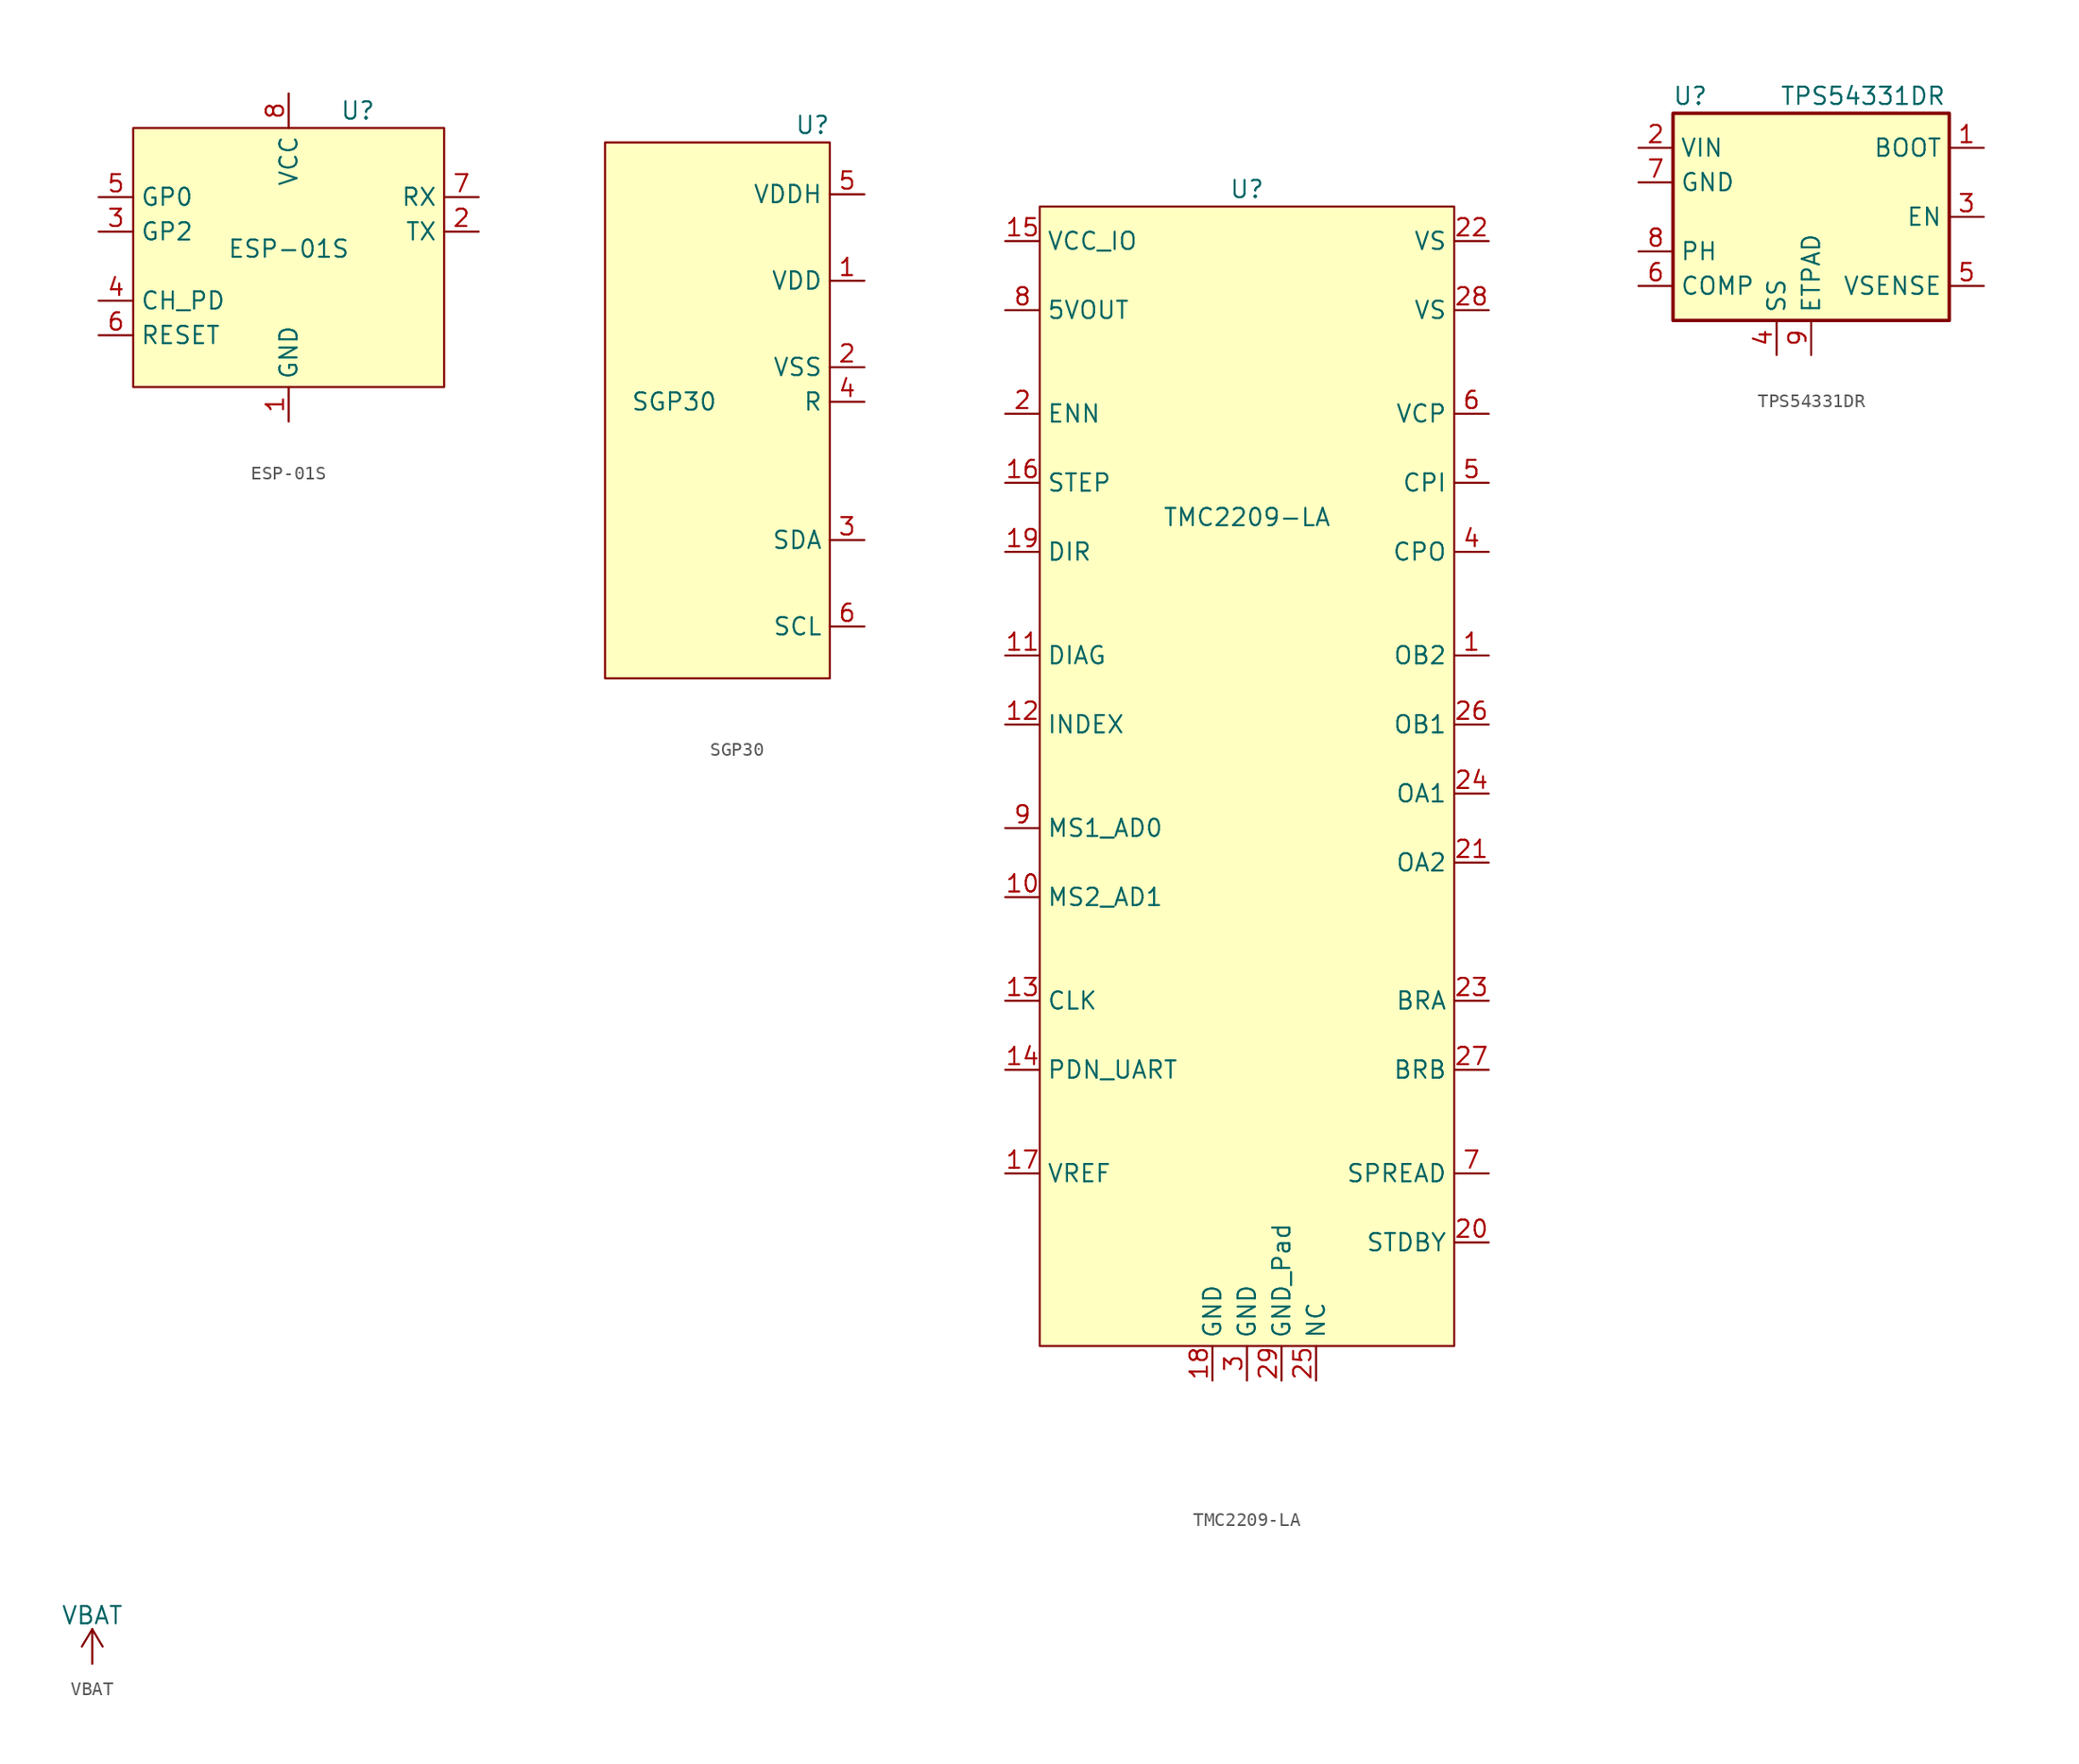
<source format=kicad_sym>
(kicad_symbol_lib
  (version 20211014)
  (generator kicad_symbol_editor)
  (symbol "ESP-01S"
    (property "Reference" "U"
      (at 5.08 1.27 0)
      (effects (font (size 1.27 1.27))))
    (property "Value" "ESP-01S"
      (at 0 -8.89 0)
      (effects (font (size 1.27 1.27))))
    (symbol "ESP-01S_0_1"
      (rectangle (start -11.43 0) (end 11.43 -19.05) (stroke (width 0.152) (type default) (color 0 0 0 0)) (fill (type background))))
    (symbol "ESP-01S_1_1"
      (pin power_out line (at 0 -21.59 90) (length 2.54) (name "GND" (effects (font (size 1.27 1.27)))) (number "1" (effects (font (size 1.27 1.27)))))
      (pin input line (at 13.97 -7.62 180) (length 2.54) (name "TX" (effects (font (size 1.27 1.27)))) (number "2" (effects (font (size 1.27 1.27)))))
      (pin input line (at -13.97 -7.62 0) (length 2.54) (name "GP2" (effects (font (size 1.27 1.27)))) (number "3" (effects (font (size 1.27 1.27)))))
      (pin input line (at -13.97 -12.7 0) (length 2.54) (name "CH_PD" (effects (font (size 1.27 1.27)))) (number "4" (effects (font (size 1.27 1.27)))))
      (pin input line (at -13.97 -5.08 0) (length 2.54) (name "GP0" (effects (font (size 1.27 1.27)))) (number "5" (effects (font (size 1.27 1.27)))))
      (pin input line (at -13.97 -15.24 0) (length 2.54) (name "RESET" (effects (font (size 1.27 1.27)))) (number "6" (effects (font (size 1.27 1.27)))))
      (pin output line (at 13.97 -5.08 180) (length 2.54) (name "RX" (effects (font (size 1.27 1.27)))) (number "7" (effects (font (size 1.27 1.27)))))
      (pin power_in line (at 0 2.54 270) (length 2.54) (name "VCC" (effects (font (size 1.27 1.27)))) (number "8" (effects (font (size 1.27 1.27)))))))
  (symbol "SGP30"
    (property "Reference" "U"
      (at 5.08 1.27 0)
      (effects (font (size 1.27 1.27))))
    (property "Value" "SGP30"
      (at -5.08 -19.05 0)
      (effects (font (size 1.27 1.27))))
    (symbol "SGP30_0_1"
      (rectangle (start 6.35 0) (end -10.16 -39.37) (stroke (width 0.152) (type default) (color 0 0 0 0)) (fill (type background))))
    (symbol "SGP30_1_1"
      (pin power_in line (at 8.89 -10.16 180) (length 2.54) (name "VDD" (effects (font (size 1.27 1.27)))) (number "1" (effects (font (size 1.27 1.27)))))
      (pin power_out line (at 8.89 -16.51 180) (length 2.54) (name "VSS" (effects (font (size 1.27 1.27)))) (number "2" (effects (font (size 1.27 1.27)))))
      (pin bidirectional line (at 8.89 -29.21 180) (length 2.54) (name "SDA" (effects (font (size 1.27 1.27)))) (number "3" (effects (font (size 1.27 1.27)))))
      (pin bidirectional line (at 8.89 -19.05 180) (length 2.54) (name "R" (effects (font (size 1.27 1.27)))) (number "4" (effects (font (size 1.27 1.27)))))
      (pin power_in line (at 8.89 -3.81 180) (length 2.54) (name "VDDH" (effects (font (size 1.27 1.27)))) (number "5" (effects (font (size 1.27 1.27)))))
      (pin bidirectional line (at 8.89 -35.56 180) (length 2.54) (name "SCL" (effects (font (size 1.27 1.27)))) (number "6" (effects (font (size 1.27 1.27)))))))
  (symbol "TMC2209-LA"
    (property "Reference" "U"
      (at 0 11.43 0)
      (effects (font (size 1.27 1.27))))
    (property "Value" "TMC2209-LA"
      (at 0 -12.7 0)
      (effects (font (size 1.27 1.27))))
    (symbol "TMC2209-LA_0_1"
      (rectangle (start -15.24 10.16) (end 15.24 -73.66) (stroke (width 0.152) (type default) (color 0 0 0 0)) (fill (type background))))
    (symbol "TMC2209-LA_1_1"
      (pin output line (at 17.78 -22.86 180) (length 2.54) (name "OB2" (effects (font (size 1.27 1.27)))) (number "1" (effects (font (size 1.27 1.27)))))
      (pin input line (at -17.78 -40.64 0) (length 2.54) (name "MS2_AD1" (effects (font (size 1.27 1.27)))) (number "10" (effects (font (size 1.27 1.27)))))
      (pin output line (at -17.78 -22.86 0) (length 2.54) (name "DIAG" (effects (font (size 1.27 1.27)))) (number "11" (effects (font (size 1.27 1.27)))))
      (pin output line (at -17.78 -27.94 0) (length 2.54) (name "INDEX" (effects (font (size 1.27 1.27)))) (number "12" (effects (font (size 1.27 1.27)))))
      (pin input line (at -17.78 -48.26 0) (length 2.54) (name "CLK" (effects (font (size 1.27 1.27)))) (number "13" (effects (font (size 1.27 1.27)))))
      (pin bidirectional line (at -17.78 -53.34 0) (length 2.54) (name "PDN_UART" (effects (font (size 1.27 1.27)))) (number "14" (effects (font (size 1.27 1.27)))))
      (pin power_in line (at -17.78 7.62 0) (length 2.54) (name "VCC_IO" (effects (font (size 1.27 1.27)))) (number "15" (effects (font (size 1.27 1.27)))))
      (pin input line (at -17.78 -10.16 0) (length 2.54) (name "STEP" (effects (font (size 1.27 1.27)))) (number "16" (effects (font (size 1.27 1.27)))))
      (pin input line (at -17.78 -60.96 0) (length 2.54) (name "VREF" (effects (font (size 1.27 1.27)))) (number "17" (effects (font (size 1.27 1.27)))))
      (pin power_out line (at -2.54 -76.2 90) (length 2.54) (name "GND" (effects (font (size 1.27 1.27)))) (number "18" (effects (font (size 1.27 1.27)))))
      (pin input line (at -17.78 -15.24 0) (length 2.54) (name "DIR" (effects (font (size 1.27 1.27)))) (number "19" (effects (font (size 1.27 1.27)))))
      (pin input line (at -17.78 -5.08 0) (length 2.54) (name "ENN" (effects (font (size 1.27 1.27)))) (number "2" (effects (font (size 1.27 1.27)))))
      (pin input line (at 17.78 -66.04 180) (length 2.54) (name "STDBY" (effects (font (size 1.27 1.27)))) (number "20" (effects (font (size 1.27 1.27)))))
      (pin output line (at 17.78 -38.1 180) (length 2.54) (name "OA2" (effects (font (size 1.27 1.27)))) (number "21" (effects (font (size 1.27 1.27)))))
      (pin power_out line (at 17.78 7.62 180) (length 2.54) (name "VS" (effects (font (size 1.27 1.27)))) (number "22" (effects (font (size 1.27 1.27)))))
      (pin input line (at 17.78 -48.26 180) (length 2.54) (name "BRA" (effects (font (size 1.27 1.27)))) (number "23" (effects (font (size 1.27 1.27)))))
      (pin output line (at 17.78 -33.02 180) (length 2.54) (name "OA1" (effects (font (size 1.27 1.27)))) (number "24" (effects (font (size 1.27 1.27)))))
      (pin passive line (at 5.08 -76.2 90) (length 2.54) (name "NC" (effects (font (size 1.27 1.27)))) (number "25" (effects (font (size 1.27 1.27)))))
      (pin output line (at 17.78 -27.94 180) (length 2.54) (name "OB1" (effects (font (size 1.27 1.27)))) (number "26" (effects (font (size 1.27 1.27)))))
      (pin input line (at 17.78 -53.34 180) (length 2.54) (name "BRB" (effects (font (size 1.27 1.27)))) (number "27" (effects (font (size 1.27 1.27)))))
      (pin power_out line (at 17.78 2.54 180) (length 2.54) (name "VS" (effects (font (size 1.27 1.27)))) (number "28" (effects (font (size 1.27 1.27)))))
      (pin input line (at 2.54 -76.2 90) (length 2.54) (name "GND_Pad" (effects (font (size 1.27 1.27)))) (number "29" (effects (font (size 1.27 1.27)))))
      (pin power_out line (at 0 -76.2 90) (length 2.54) (name "GND" (effects (font (size 1.27 1.27)))) (number "3" (effects (font (size 1.27 1.27)))))
      (pin bidirectional line (at 17.78 -15.24 180) (length 2.54) (name "CPO" (effects (font (size 1.27 1.27)))) (number "4" (effects (font (size 1.27 1.27)))))
      (pin bidirectional line (at 17.78 -10.16 180) (length 2.54) (name "CPI" (effects (font (size 1.27 1.27)))) (number "5" (effects (font (size 1.27 1.27)))))
      (pin bidirectional line (at 17.78 -5.08 180) (length 2.54) (name "VCP" (effects (font (size 1.27 1.27)))) (number "6" (effects (font (size 1.27 1.27)))))
      (pin input line (at 17.78 -60.96 180) (length 2.54) (name "SPREAD" (effects (font (size 1.27 1.27)))) (number "7" (effects (font (size 1.27 1.27)))))
      (pin power_out line (at -17.78 2.54 0) (length 2.54) (name "5VOUT" (effects (font (size 1.27 1.27)))) (number "8" (effects (font (size 1.27 1.27)))))
      (pin input line (at -17.78 -35.56 0) (length 2.54) (name "MS1_AD0" (effects (font (size 1.27 1.27)))) (number "9" (effects (font (size 1.27 1.27)))))))
  (symbol "TPS54331DR"
    (property "Reference" "U"
      (at -8.89 8.89 0)
      (effects (font (size 1.27 1.27))))
    (property "Value" "TPS54331DR"
      (at 3.81 8.89 0)
      (effects (font (size 1.27 1.27))))
    (symbol "TPS54331DR_1_1"
      (rectangle (start -10.16 7.62) (end 10.16 -7.62) (stroke (width 0.254) (type default) (color 0 0 0 0)) (fill (type background)))
      (pin output line (at 12.7 5.08 180) (length 2.54) (name "BOOT" (effects (font (size 1.27 1.27)))) (number "1" (effects (font (size 1.27 1.27)))))
      (pin power_in line (at -12.7 5.08 0) (length 2.54) (name "VIN" (effects (font (size 1.27 1.27)))) (number "2" (effects (font (size 1.27 1.27)))))
      (pin input line (at 12.7 0 180) (length 2.54) (name "EN" (effects (font (size 1.27 1.27)))) (number "3" (effects (font (size 1.27 1.27)))))
      (pin output line (at -2.54 -10.16 90) (length 2.54) (name "SS" (effects (font (size 1.27 1.27)))) (number "4" (effects (font (size 1.27 1.27)))))
      (pin input line (at 12.7 -5.08 180) (length 2.54) (name "VSENSE" (effects (font (size 1.27 1.27)))) (number "5" (effects (font (size 1.27 1.27)))))
      (pin output line (at -12.7 -5.08 0) (length 2.54) (name "COMP" (effects (font (size 1.27 1.27)))) (number "6" (effects (font (size 1.27 1.27)))))
      (pin power_out line (at -12.7 2.54 0) (length 2.54) (name "GND" (effects (font (size 1.27 1.27)))) (number "7" (effects (font (size 1.27 1.27)))))
      (pin output line (at -12.7 -2.54 0) (length 2.54) (name "PH" (effects (font (size 1.27 1.27)))) (number "8" (effects (font (size 1.27 1.27)))))
      (pin power_in line (at 0 -10.16 90) (length 2.54) (name "ETPAD" (effects (font (size 1.27 1.27)))) (number "9" (effects (font (size 1.27 1.27)))))))
  (symbol "VBAT"
    (power)
    (pin_names
      (offset 0))
    (property "Reference" "#PWR"
      (at 0 -3.81 0)
      (effects (font (size 1.27 1.27)) hide))
    (property "Value" "VBAT"
      (at 0 3.556 0)
      (effects (font (size 1.27 1.27))))
    (symbol "VBAT_0_1"
      (polyline (pts (xy -0.762 1.27) (xy 0 2.54)) (stroke (width 0) (type default) (color 0 0 0 0)) (fill (type none)))
      (polyline (pts (xy 0 0) (xy 0 2.54)) (stroke (width 0) (type default) (color 0 0 0 0)) (fill (type none)))
      (polyline (pts (xy 0 2.54) (xy 0.762 1.27)) (stroke (width 0) (type default) (color 0 0 0 0)) (fill (type none))))
    (symbol "VBAT_1_1"
      (pin power_in line (at 0 0 90) (length 0) hide (name "VBAT" (effects (font (size 1.27 1.27)))) (number "1" (effects (font (size 1.27 1.27))))))))
</source>
